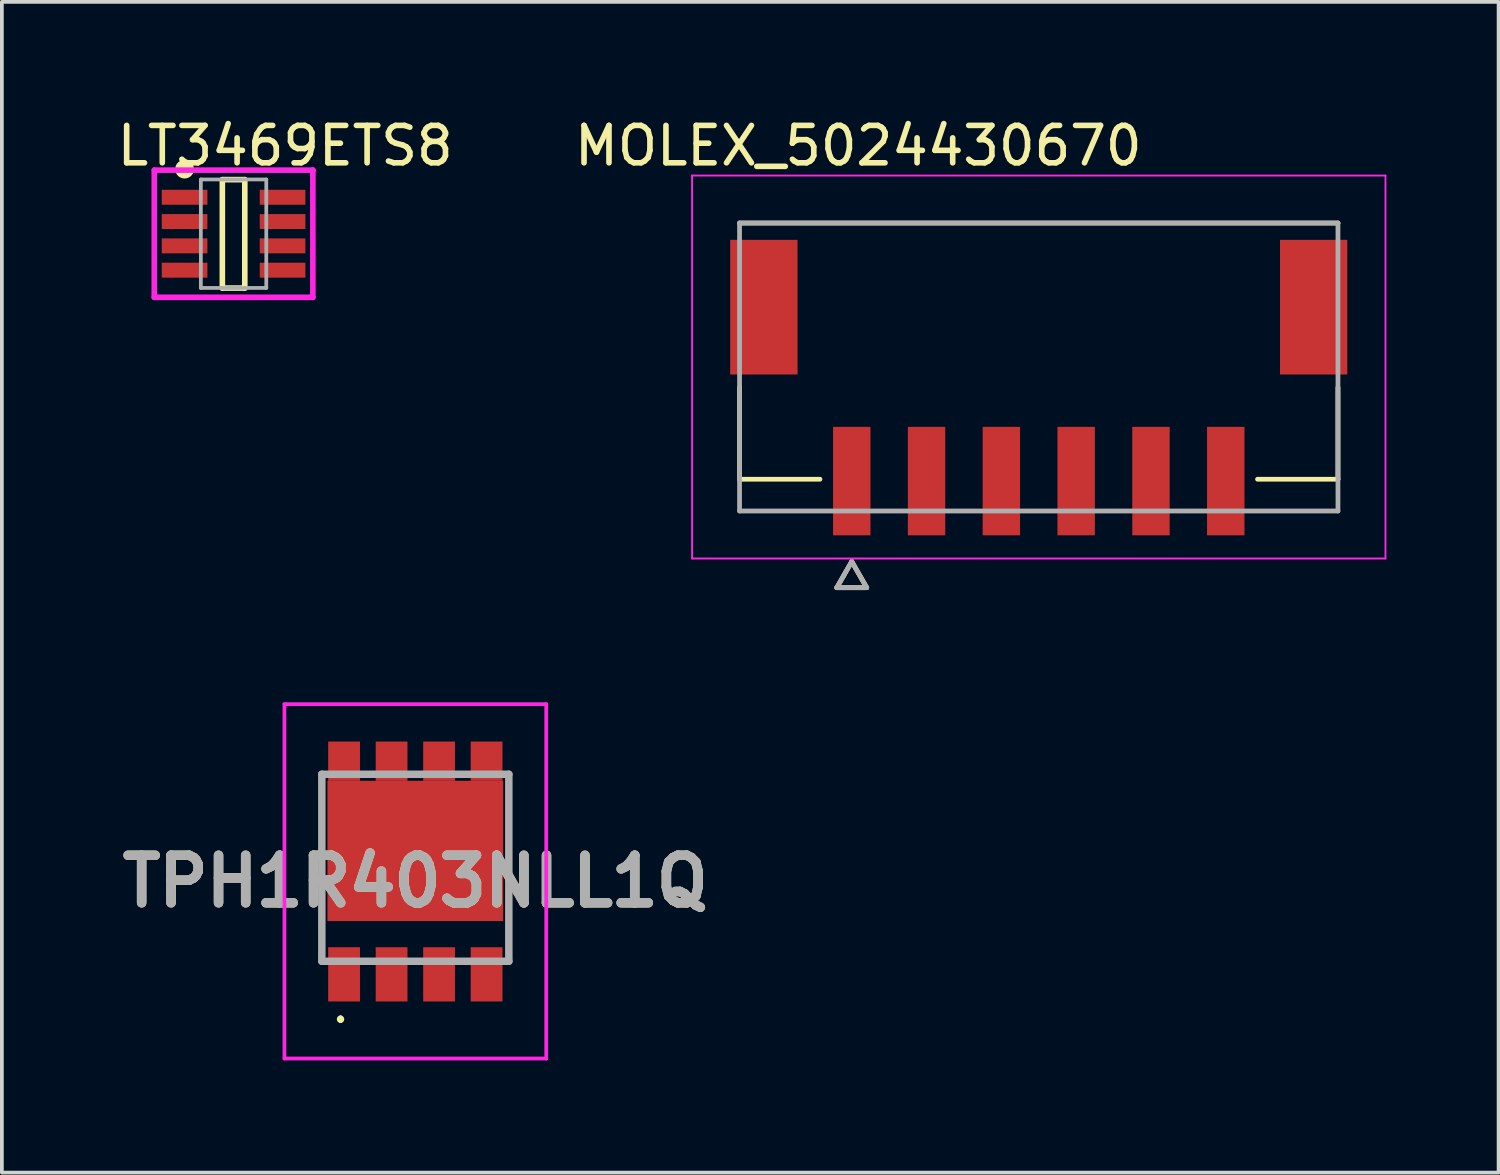
<source format=kicad_pcb>
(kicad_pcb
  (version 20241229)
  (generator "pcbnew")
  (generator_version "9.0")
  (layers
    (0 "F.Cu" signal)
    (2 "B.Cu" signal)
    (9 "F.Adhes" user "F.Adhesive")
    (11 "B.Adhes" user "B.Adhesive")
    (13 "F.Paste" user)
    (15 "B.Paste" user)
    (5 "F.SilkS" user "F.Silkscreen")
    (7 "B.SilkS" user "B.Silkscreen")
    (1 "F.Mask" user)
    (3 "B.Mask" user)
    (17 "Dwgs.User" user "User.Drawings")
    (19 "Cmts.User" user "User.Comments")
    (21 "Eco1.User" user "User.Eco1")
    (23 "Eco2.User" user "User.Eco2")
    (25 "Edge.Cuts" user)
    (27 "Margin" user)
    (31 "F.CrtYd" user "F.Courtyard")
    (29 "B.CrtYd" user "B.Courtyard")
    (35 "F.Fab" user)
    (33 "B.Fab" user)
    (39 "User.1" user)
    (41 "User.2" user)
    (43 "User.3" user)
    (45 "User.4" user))
  (footprint "MOLEX_5024430670"
    (layer "F.Cu")
    (at 24.724 6.763)
    (property "Reference" "MOLEX_5024430670" (at -4.825 -5.915 0) (layer "F.SilkS") (effects (font (size 1 1) (thickness 0.15))))
    (attr through_hole)
    (fp_poly (pts (xy -8.326 -3.476) (xy -6.374 -3.476) (xy -6.374 0.276) (xy -8.326 0.276)) (stroke (width 0.01) (type solid)) (fill yes) (layer "F.Mask"))
    (fp_poly (pts (xy -5.576 1.524) (xy -4.424 1.524) (xy -4.424 4.576) (xy -5.576 4.576)) (stroke (width 0.01) (type solid)) (fill yes) (layer "F.Mask"))
    (fp_poly (pts (xy -3.576 1.524) (xy -2.424 1.524) (xy -2.424 4.576) (xy -3.576 4.576)) (stroke (width 0.01) (type solid)) (fill yes) (layer "F.Mask"))
    (fp_poly (pts (xy -1.576 1.524) (xy -0.424 1.524) (xy -0.424 4.576) (xy -1.576 4.576)) (stroke (width 0.01) (type solid)) (fill yes) (layer "F.Mask"))
    (fp_poly (pts (xy 0.424 1.524) (xy 1.576 1.524) (xy 1.576 4.576) (xy 0.424 4.576)) (stroke (width 0.01) (type solid)) (fill yes) (layer "F.Mask"))
    (fp_poly (pts (xy 2.424 1.524) (xy 3.576 1.524) (xy 3.576 4.576) (xy 2.424 4.576)) (stroke (width 0.01) (type solid)) (fill yes) (layer "F.Mask"))
    (fp_poly (pts (xy 4.424 1.524) (xy 5.576 1.524) (xy 5.576 4.576) (xy 4.424 4.576)) (stroke (width 0.01) (type solid)) (fill yes) (layer "F.Mask"))
    (fp_poly (pts (xy 6.374 -3.476) (xy 8.326 -3.476) (xy 8.326 0.276) (xy 6.374 0.276)) (stroke (width 0.01) (type solid)) (fill yes) (layer "F.Mask"))
    (fp_line (start -8 3) (end -8 0.55) (stroke (width 0.127) (type solid)) (layer "F.SilkS"))
    (fp_line (start -5.85 3) (end -8 3) (stroke (width 0.127) (type solid)) (layer "F.SilkS"))
    (fp_line (start -5.4 5.9) (end -4.6 5.9) (stroke (width 0.127) (type solid)) (layer "F.SilkS"))
    (fp_line (start -5 5.2) (end -5.4 5.9) (stroke (width 0.127) (type solid)) (layer "F.SilkS"))
    (fp_line (start -4.6 5.9) (end -5 5.2) (stroke (width 0.127) (type solid)) (layer "F.SilkS"))
    (fp_line (start 8 -3.85) (end -8 -3.85) (stroke (width 0.127) (type solid)) (layer "F.SilkS"))
    (fp_line (start 8 0.55) (end 8 3) (stroke (width 0.127) (type solid)) (layer "F.SilkS"))
    (fp_line (start 8 3) (end 5.85 3) (stroke (width 0.127) (type solid)) (layer "F.SilkS"))
    (fp_line (start -9.27 -5.12) (end 9.27 -5.12) (stroke (width 0.05) (type solid)) (layer "F.CrtYd"))
    (fp_line (start -9.27 5.12) (end -9.27 -5.12) (stroke (width 0.05) (type solid)) (layer "F.CrtYd"))
    (fp_line (start -9.27 5.12) (end 9.27 5.12) (stroke (width 0.05) (type solid)) (layer "F.CrtYd"))
    (fp_line (start 9.27 -5.12) (end 9.27 5.12) (stroke (width 0.05) (type solid)) (layer "F.CrtYd"))
    (fp_line (start -8 -3.85) (end 8 -3.85) (stroke (width 0.127) (type solid)) (layer "F.Fab"))
    (fp_line (start -8 3.85) (end -8 -3.85) (stroke (width 0.127) (type solid)) (layer "F.Fab"))
    (fp_line (start -5.4 5.9) (end -4.6 5.9) (stroke (width 0.127) (type solid)) (layer "F.Fab"))
    (fp_line (start -5 5.2) (end -5.4 5.9) (stroke (width 0.127) (type solid)) (layer "F.Fab"))
    (fp_line (start -4.6 5.9) (end -5 5.2) (stroke (width 0.127) (type solid)) (layer "F.Fab"))
    (fp_line (start 8 -3.85) (end 8 3.85) (stroke (width 0.127) (type solid)) (layer "F.Fab"))
    (fp_line (start 8 3.85) (end -8 3.85) (stroke (width 0.127) (type solid)) (layer "F.Fab"))
    (pad "1" smd rect (at -5 3.05) (size 1 2.9) (layers "F.Cu" "F.Paste"))
    (pad "2" smd rect (at -3 3.05) (size 1 2.9) (layers "F.Cu" "F.Paste"))
    (pad "3" smd rect (at -1 3.05) (size 1 2.9) (layers "F.Cu" "F.Paste"))
    (pad "4" smd rect (at 1 3.05) (size 1 2.9) (layers "F.Cu" "F.Paste"))
    (pad "5" smd rect (at 3 3.05) (size 1 2.9) (layers "F.Cu" "F.Paste"))
    (pad "6" smd rect (at 5 3.05) (size 1 2.9) (layers "F.Cu" "F.Paste"))
    (pad "S1" smd rect (at -7.35 -1.6) (size 1.8 3.6) (layers "F.Cu" "F.Paste"))
    (pad "S2" smd rect (at 7.35 -1.6) (size 1.8 3.6) (layers "F.Cu" "F.Paste")))
  (footprint "LT3469ETS8"
    (layer "F.Cu")
    (at 3.195 3.199)
    (property "Reference" "LT3469ETS8" (at -3.195 -2.351 0) (layer "F.SilkS") (effects (font (size 1 1) (thickness 0.15)) (justify left)))
    (attr through_hole)
    (fp_line (start -0.3 -1.446) (end 0.3 -1.446) (stroke (width 0.15) (type solid)) (layer "F.SilkS"))
    (fp_line (start -0.3 1.454) (end 0.3 1.454) (stroke (width 0.15) (type solid)) (layer "F.SilkS"))
    (fp_line (start -0.3 1.454) (end -0.3 -1.446) (stroke (width 0.15) (type solid)) (layer "F.SilkS"))
    (fp_line (start 0.3 1.454) (end 0.3 -1.446) (stroke (width 0.15) (type solid)) (layer "F.SilkS"))
    (fp_circle (center -1.31 -1.726) (end -1.185 -1.726) (stroke (width 0.25) (type solid)) (fill no) (layer "F.SilkS"))
    (fp_line (start -2.12 -1.7) (end -2.12 1.7) (stroke (width 0.15) (type solid)) (layer "F.CrtYd"))
    (fp_line (start -2.12 1.7) (end 2.12 1.7) (stroke (width 0.15) (type solid)) (layer "F.CrtYd"))
    (fp_line (start 2.12 -1.7) (end -2.12 -1.7) (stroke (width 0.15) (type solid)) (layer "F.CrtYd"))
    (fp_line (start 2.12 -1.7) (end 2.12 -1.7) (stroke (width 0.15) (type solid)) (layer "F.CrtYd"))
    (fp_line (start 2.12 1.7) (end 2.12 -1.7) (stroke (width 0.15) (type solid)) (layer "F.CrtYd"))
    (fp_line (start -0.875 -1.45) (end 0.875 -1.45) (stroke (width 0.1) (type solid)) (layer "F.Fab"))
    (fp_line (start -0.875 1.45) (end -0.875 -1.45) (stroke (width 0.1) (type solid)) (layer "F.Fab"))
    (fp_line (start -0.875 1.45) (end 0.875 1.45) (stroke (width 0.1) (type solid)) (layer "F.Fab"))
    (fp_line (start 0.875 1.45) (end 0.875 -1.45) (stroke (width 0.1) (type solid)) (layer "F.Fab"))
    (pad "1" smd rect (at -1.31 -0.975 270) (size 0.4 1.22) (layers "F.Cu" "F.Mask" "F.Paste"))
    (pad "2" smd rect (at -1.31 -0.325 270) (size 0.4 1.22) (layers "F.Cu" "F.Mask" "F.Paste"))
    (pad "3" smd rect (at -1.31 0.325 270) (size 0.4 1.22) (layers "F.Cu" "F.Mask" "F.Paste"))
    (pad "4" smd rect (at -1.31 0.975 270) (size 0.4 1.22) (layers "F.Cu" "F.Mask" "F.Paste"))
    (pad "5" smd rect (at 1.31 0.975 270) (size 0.4 1.22) (layers "F.Cu" "F.Mask" "F.Paste"))
    (pad "6" smd rect (at 1.31 0.325 270) (size 0.4 1.22) (layers "F.Cu" "F.Mask" "F.Paste"))
    (pad "7" smd rect (at 1.31 -0.325 270) (size 0.4 1.22) (layers "F.Cu" "F.Mask" "F.Paste"))
    (pad "8" smd rect (at 1.31 -0.975 270) (size 0.4 1.22) (layers "F.Cu" "F.Mask" "F.Paste")))
  (footprint "TPH1R403NLL1Q"
    (layer "F.Cu")
    (at 8.055 20.152)
    (property "Reference" "TPH1R403NLL1Q" (at 0 0.362 0) (layer "F.SilkS") (effects (font (size 1.27 1.27) (thickness 0.254))))
    (attr smd)
    (fp_line (start -2 4) (end -2 4) (stroke (width 0.1) (type solid)) (layer "F.SilkS"))
    (fp_line (start -2 4.1) (end -2 4.1) (stroke (width 0.1) (type solid)) (layer "F.SilkS"))
    (fp_arc (start -2 4) (mid -1.95 4.05) (end -2 4.1) (stroke (width 0.1) (type solid)) (layer "F.SilkS"))
    (fp_arc (start -2 4.1) (mid -2.05 4.05) (end -2 4) (stroke (width 0.1) (type solid)) (layer "F.SilkS"))
    (fp_line (start -3.5 -4.375) (end 3.5 -4.375) (stroke (width 0.1) (type solid)) (layer "F.CrtYd"))
    (fp_line (start -3.5 5.1) (end -3.5 -4.375) (stroke (width 0.1) (type solid)) (layer "F.CrtYd"))
    (fp_line (start 3.5 -4.375) (end 3.5 5.1) (stroke (width 0.1) (type solid)) (layer "F.CrtYd"))
    (fp_line (start 3.5 5.1) (end -3.5 5.1) (stroke (width 0.1) (type solid)) (layer "F.CrtYd"))
    (fp_line (start -2.5 -2.5) (end 2.5 -2.5) (stroke (width 0.2) (type solid)) (layer "F.Fab"))
    (fp_line (start -2.5 2.5) (end -2.5 -2.5) (stroke (width 0.2) (type solid)) (layer "F.Fab"))
    (fp_line (start 2.5 -2.5) (end 2.5 2.5) (stroke (width 0.2) (type solid)) (layer "F.Fab"))
    (fp_line (start 2.5 2.5) (end -2.5 2.5) (stroke (width 0.2) (type solid)) (layer "F.Fab"))
    (fp_text user "${REFERENCE}" (at 0 0.362 0) (layer "F.Fab") (effects (font (size 1.27 1.27) (thickness 0.254))))
    (pad "1" smd rect (at -1.905 2.85) (size 0.85 1.45) (layers "F.Cu" "F.Mask" "F.Paste"))
    (pad "2" smd rect (at -0.635 2.85) (size 0.85 1.45) (layers "F.Cu" "F.Mask" "F.Paste"))
    (pad "3" smd rect (at 0.635 2.85) (size 0.85 1.45) (layers "F.Cu" "F.Mask" "F.Paste"))
    (pad "4" smd rect (at 1.905 2.85) (size 0.85 1.45) (layers "F.Cu" "F.Mask" "F.Paste"))
    (pad "5" smd rect (at 1.905 -2.85) (size 0.85 1.05) (layers "F.Cu" "F.Mask" "F.Paste"))
    (pad "6" smd rect (at 0.635 -2.85) (size 0.85 1.05) (layers "F.Cu" "F.Mask" "F.Paste"))
    (pad "7" smd rect (at -0.635 -2.85) (size 0.85 1.05) (layers "F.Cu" "F.Mask" "F.Paste"))
    (pad "8" smd rect (at -1.905 -2.85) (size 0.85 1.05) (layers "F.Cu" "F.Mask" "F.Paste"))
    (pad "9" smd rect (at 0 -0.45 90) (size 3.75 4.7) (layers "F.Cu" "F.Mask" "F.Paste")))
  (gr_rect
    (start -3 -3)
    (end 37.019 28.302)
    (stroke (width 0.1) (type default))
    (fill no)
    (layer "Edge.Cuts")))
</source>
